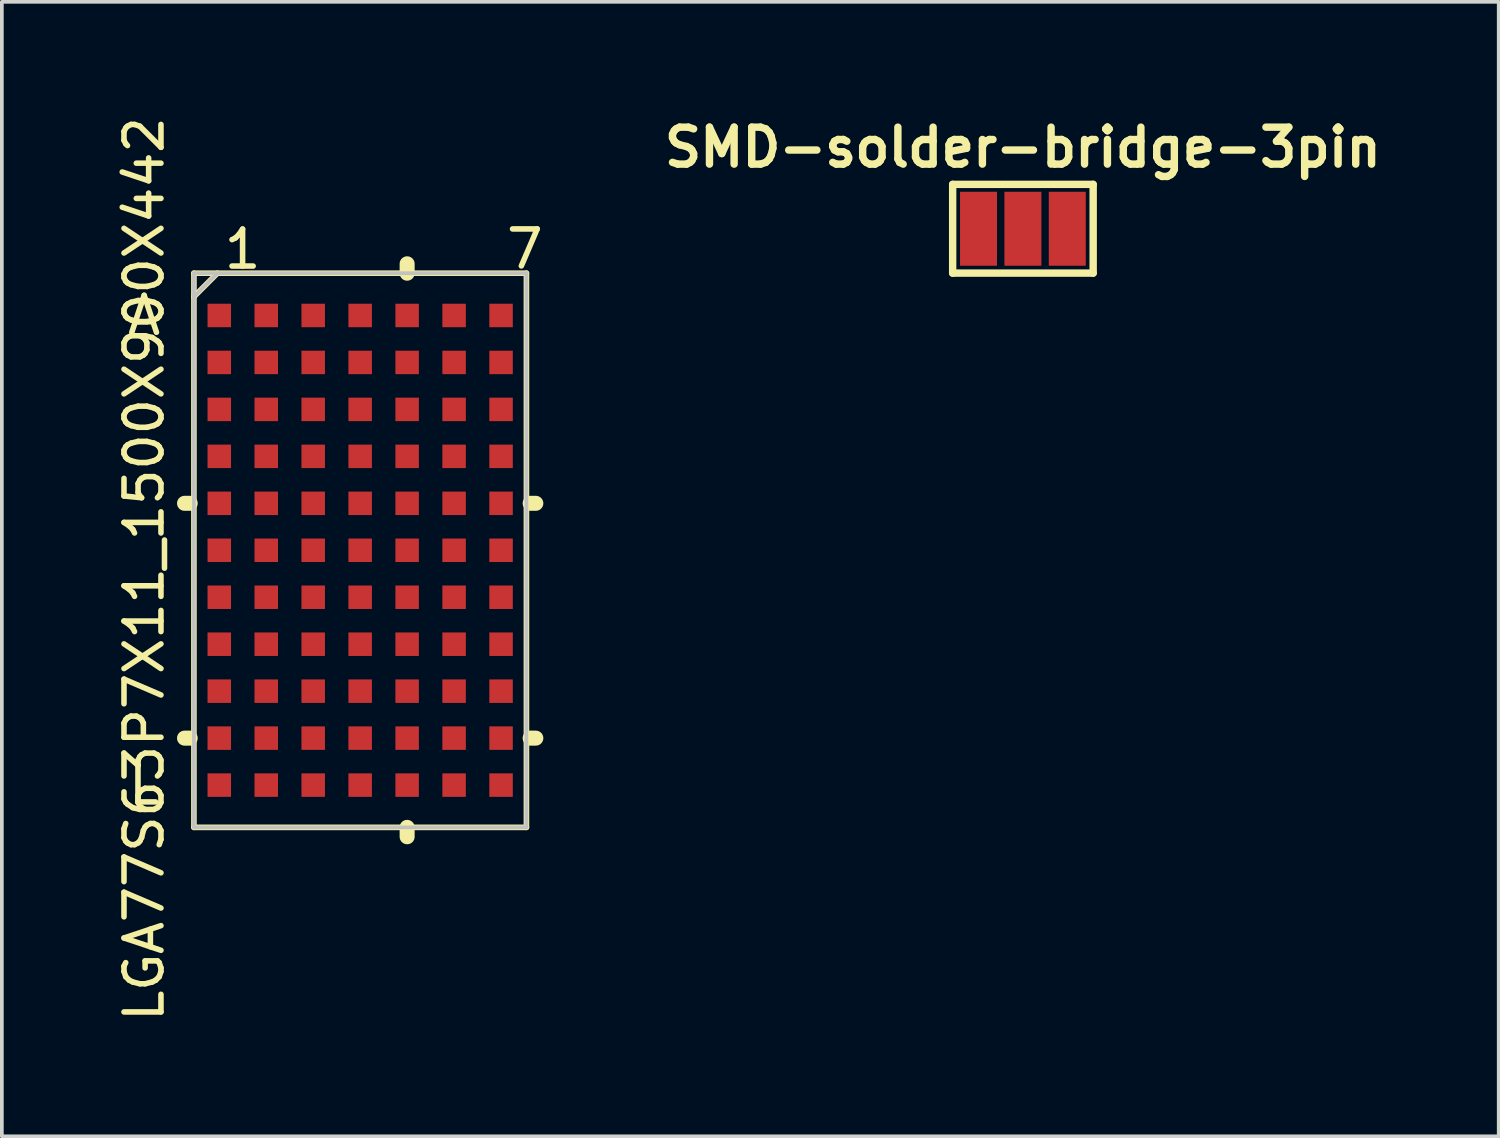
<source format=kicad_pcb>
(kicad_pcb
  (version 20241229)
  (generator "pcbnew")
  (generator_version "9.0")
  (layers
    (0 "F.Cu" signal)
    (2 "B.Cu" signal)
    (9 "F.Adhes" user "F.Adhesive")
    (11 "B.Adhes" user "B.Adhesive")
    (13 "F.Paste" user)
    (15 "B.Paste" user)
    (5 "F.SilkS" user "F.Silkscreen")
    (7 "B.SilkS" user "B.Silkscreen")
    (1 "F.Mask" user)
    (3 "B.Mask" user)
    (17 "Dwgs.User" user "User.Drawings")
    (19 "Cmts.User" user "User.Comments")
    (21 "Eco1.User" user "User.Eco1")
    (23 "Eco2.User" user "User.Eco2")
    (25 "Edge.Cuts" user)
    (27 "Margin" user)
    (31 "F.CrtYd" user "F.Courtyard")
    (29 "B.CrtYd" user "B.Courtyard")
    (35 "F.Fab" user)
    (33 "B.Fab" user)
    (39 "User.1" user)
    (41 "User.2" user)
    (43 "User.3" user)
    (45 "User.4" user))
  (footprint "SMD-solder-bridge-3pin"
    (layer "F.Cu")
    (at 24.612 3.136)
    (property "Reference" "SMD-solder-bridge-3pin" (at 0 -2.2 0) (layer "F.SilkS") (effects (font (size 1 1) (thickness 0.2))))
    (attr through_hole)
    (fp_line (start -1.9 -1.2) (end 1.9 -1.2) (stroke (width 0.2) (type solid)) (layer "F.SilkS"))
    (fp_line (start -1.9 1.2) (end -1.9 -1.2) (stroke (width 0.2) (type solid)) (layer "F.SilkS"))
    (fp_line (start 1.9 -1.2) (end 1.9 1.2) (stroke (width 0.2) (type solid)) (layer "F.SilkS"))
    (fp_line (start 1.9 1.2) (end -1.9 1.2) (stroke (width 0.2) (type solid)) (layer "F.SilkS"))
    (pad "1" smd rect (at -1.2 0) (size 1 2) (layers "F.Cu" "F.Mask"))
    (pad "2" smd rect (at 0 0) (size 1 2) (layers "F.Cu" "F.Mask"))
    (pad "3" smd rect (at 1.2 0) (size 1 2) (layers "F.Cu" "F.Mask")))
  (footprint "LGA77S63P7X11_1500X900X442"
    (layer "F.Cu")
    (at 6.69 11.831)
    (property "Reference" "LGA77S63P7X11_1500X900X442" (at -5.842 0.508 90) (layer "F.SilkS") (effects (font (size 1 1) (thickness 0.15))))
    (attr smd)
    (fp_line (start -4.597 -1.27) (end -4.75 -1.27) (stroke (width 0.406) (type solid)) (layer "F.SilkS"))
    (fp_line (start -4.597 5.08) (end -4.75 5.08) (stroke (width 0.406) (type solid)) (layer "F.SilkS"))
    (fp_line (start -4.496 -7.493) (end -4.496 7.493) (stroke (width 0.152) (type solid)) (layer "F.SilkS"))
    (fp_line (start -4.496 7.493) (end 4.496 7.493) (stroke (width 0.152) (type solid)) (layer "F.SilkS"))
    (fp_line (start -3.861 -7.493) (end -4.496 -6.858) (stroke (width 0.152) (type solid)) (layer "F.SilkS"))
    (fp_line (start 1.27 -7.493) (end 1.27 -7.747) (stroke (width 0.406) (type solid)) (layer "F.SilkS"))
    (fp_line (start 1.27 7.493) (end 1.27 7.747) (stroke (width 0.406) (type solid)) (layer "F.SilkS"))
    (fp_line (start 4.496 -7.493) (end -4.496 -7.493) (stroke (width 0.152) (type solid)) (layer "F.SilkS"))
    (fp_line (start 4.496 7.493) (end 4.496 -7.493) (stroke (width 0.152) (type solid)) (layer "F.SilkS"))
    (fp_line (start 4.597 -1.27) (end 4.75 -1.27) (stroke (width 0.406) (type solid)) (layer "F.SilkS"))
    (fp_line (start 4.597 5.08) (end 4.75 5.08) (stroke (width 0.406) (type solid)) (layer "F.SilkS"))
    (fp_line (start -4.496 -7.493) (end -4.496 7.493) (stroke (width 0.1) (type solid)) (layer "Dwgs.User"))
    (fp_line (start -4.496 7.493) (end 4.496 7.493) (stroke (width 0.1) (type solid)) (layer "Dwgs.User"))
    (fp_line (start -3.861 -7.493) (end -4.496 -6.858) (stroke (width 0.1) (type solid)) (layer "Dwgs.User"))
    (fp_line (start 4.496 -7.493) (end -4.496 -7.493) (stroke (width 0.1) (type solid)) (layer "Dwgs.User"))
    (fp_line (start 4.496 7.493) (end 4.496 -7.493) (stroke (width 0.1) (type solid)) (layer "Dwgs.User"))
    (fp_text user "7" (at 4.454 -8.145 0) (layer "F.SilkS") (effects (font (size 1 1) (thickness 0.15))))
    (fp_text user "L" (at -5.842 6.35 0) (layer "F.SilkS") (effects (font (size 1 1) (thickness 0.15))))
    (fp_text user "A" (at -5.842 -6.35 0) (layer "F.SilkS") (effects (font (size 1 1) (thickness 0.15))))
    (fp_text user "1" (at -3.18 -8.141 0) (layer "F.SilkS") (effects (font (size 1 1) (thickness 0.15))))
    (pad "A1" smd rect (at -3.81 -6.35) (size 0.635 0.635) (layers "F.Cu" "F.Mask" "F.Paste"))
    (pad "A2" smd rect (at -2.54 -6.35) (size 0.635 0.635) (layers "F.Cu" "F.Mask" "F.Paste"))
    (pad "A3" smd rect (at -1.27 -6.35) (size 0.635 0.635) (layers "F.Cu" "F.Mask" "F.Paste"))
    (pad "A4" smd rect (at 0 -6.35) (size 0.635 0.635) (layers "F.Cu" "F.Mask" "F.Paste"))
    (pad "A5" smd rect (at 1.27 -6.35) (size 0.635 0.635) (layers "F.Cu" "F.Mask" "F.Paste"))
    (pad "A6" smd rect (at 2.54 -6.35) (size 0.635 0.635) (layers "F.Cu" "F.Mask" "F.Paste"))
    (pad "A7" smd rect (at 3.81 -6.35) (size 0.635 0.635) (layers "F.Cu" "F.Mask" "F.Paste"))
    (pad "B1" smd rect (at -3.81 -5.08) (size 0.635 0.635) (layers "F.Cu" "F.Mask" "F.Paste"))
    (pad "B2" smd rect (at -2.54 -5.08) (size 0.635 0.635) (layers "F.Cu" "F.Mask" "F.Paste"))
    (pad "B3" smd rect (at -1.27 -5.08) (size 0.635 0.635) (layers "F.Cu" "F.Mask" "F.Paste"))
    (pad "B4" smd rect (at 0 -5.08) (size 0.635 0.635) (layers "F.Cu" "F.Mask" "F.Paste"))
    (pad "B5" smd rect (at 1.27 -5.08) (size 0.635 0.635) (layers "F.Cu" "F.Mask" "F.Paste"))
    (pad "B6" smd rect (at 2.54 -5.08) (size 0.635 0.635) (layers "F.Cu" "F.Mask" "F.Paste"))
    (pad "B7" smd rect (at 3.81 -5.08) (size 0.635 0.635) (layers "F.Cu" "F.Mask" "F.Paste"))
    (pad "C1" smd rect (at -3.81 -3.81) (size 0.635 0.635) (layers "F.Cu" "F.Mask" "F.Paste"))
    (pad "C2" smd rect (at -2.54 -3.81) (size 0.635 0.635) (layers "F.Cu" "F.Mask" "F.Paste"))
    (pad "C3" smd rect (at -1.27 -3.81) (size 0.635 0.635) (layers "F.Cu" "F.Mask" "F.Paste"))
    (pad "C4" smd rect (at 0 -3.81) (size 0.635 0.635) (layers "F.Cu" "F.Mask" "F.Paste"))
    (pad "C5" smd rect (at 1.27 -3.81) (size 0.635 0.635) (layers "F.Cu" "F.Mask" "F.Paste"))
    (pad "C6" smd rect (at 2.54 -3.81) (size 0.635 0.635) (layers "F.Cu" "F.Mask" "F.Paste"))
    (pad "C7" smd rect (at 3.81 -3.81) (size 0.635 0.635) (layers "F.Cu" "F.Mask" "F.Paste"))
    (pad "D1" smd rect (at -3.81 -2.54) (size 0.635 0.635) (layers "F.Cu" "F.Mask" "F.Paste"))
    (pad "D2" smd rect (at -2.54 -2.54) (size 0.635 0.635) (layers "F.Cu" "F.Mask" "F.Paste"))
    (pad "D3" smd rect (at -1.27 -2.54) (size 0.635 0.635) (layers "F.Cu" "F.Mask" "F.Paste"))
    (pad "D4" smd rect (at 0 -2.54) (size 0.635 0.635) (layers "F.Cu" "F.Mask" "F.Paste"))
    (pad "D5" smd rect (at 1.27 -2.54) (size 0.635 0.635) (layers "F.Cu" "F.Mask" "F.Paste"))
    (pad "D6" smd rect (at 2.54 -2.54) (size 0.635 0.635) (layers "F.Cu" "F.Mask" "F.Paste"))
    (pad "D7" smd rect (at 3.81 -2.54) (size 0.635 0.635) (layers "F.Cu" "F.Mask" "F.Paste"))
    (pad "E1" smd rect (at -3.81 -1.27) (size 0.635 0.635) (layers "F.Cu" "F.Mask" "F.Paste"))
    (pad "E2" smd rect (at -2.54 -1.27) (size 0.635 0.635) (layers "F.Cu" "F.Mask" "F.Paste"))
    (pad "E3" smd rect (at -1.27 -1.27) (size 0.635 0.635) (layers "F.Cu" "F.Mask" "F.Paste"))
    (pad "E4" smd rect (at 0 -1.27) (size 0.635 0.635) (layers "F.Cu" "F.Mask" "F.Paste"))
    (pad "E5" smd rect (at 1.27 -1.27) (size 0.635 0.635) (layers "F.Cu" "F.Mask" "F.Paste"))
    (pad "E6" smd rect (at 2.54 -1.27) (size 0.635 0.635) (layers "F.Cu" "F.Mask" "F.Paste"))
    (pad "E7" smd rect (at 3.81 -1.27) (size 0.635 0.635) (layers "F.Cu" "F.Mask" "F.Paste"))
    (pad "F1" smd rect (at -3.81 0) (size 0.635 0.635) (layers "F.Cu" "F.Mask" "F.Paste"))
    (pad "F2" smd rect (at -2.54 0) (size 0.635 0.635) (layers "F.Cu" "F.Mask" "F.Paste"))
    (pad "F3" smd rect (at -1.27 0) (size 0.635 0.635) (layers "F.Cu" "F.Mask" "F.Paste"))
    (pad "F4" smd rect (at 0 0) (size 0.635 0.635) (layers "F.Cu" "F.Mask" "F.Paste"))
    (pad "F5" smd rect (at 1.27 0) (size 0.635 0.635) (layers "F.Cu" "F.Mask" "F.Paste"))
    (pad "F6" smd rect (at 2.54 0) (size 0.635 0.635) (layers "F.Cu" "F.Mask" "F.Paste"))
    (pad "F7" smd rect (at 3.81 0) (size 0.635 0.635) (layers "F.Cu" "F.Mask" "F.Paste"))
    (pad "G1" smd rect (at -3.81 1.27) (size 0.635 0.635) (layers "F.Cu" "F.Mask" "F.Paste"))
    (pad "G2" smd rect (at -2.54 1.27) (size 0.635 0.635) (layers "F.Cu" "F.Mask" "F.Paste"))
    (pad "G3" smd rect (at -1.27 1.27) (size 0.635 0.635) (layers "F.Cu" "F.Mask" "F.Paste"))
    (pad "G4" smd rect (at 0 1.27) (size 0.635 0.635) (layers "F.Cu" "F.Mask" "F.Paste"))
    (pad "G5" smd rect (at 1.27 1.27) (size 0.635 0.635) (layers "F.Cu" "F.Mask" "F.Paste"))
    (pad "G6" smd rect (at 2.54 1.27) (size 0.635 0.635) (layers "F.Cu" "F.Mask" "F.Paste"))
    (pad "G7" smd rect (at 3.81 1.27) (size 0.635 0.635) (layers "F.Cu" "F.Mask" "F.Paste"))
    (pad "H1" smd rect (at -3.81 2.54) (size 0.635 0.635) (layers "F.Cu" "F.Mask" "F.Paste"))
    (pad "H2" smd rect (at -2.54 2.54) (size 0.635 0.635) (layers "F.Cu" "F.Mask" "F.Paste"))
    (pad "H3" smd rect (at -1.27 2.54) (size 0.635 0.635) (layers "F.Cu" "F.Mask" "F.Paste"))
    (pad "H4" smd rect (at 0 2.54) (size 0.635 0.635) (layers "F.Cu" "F.Mask" "F.Paste"))
    (pad "H5" smd rect (at 1.27 2.54) (size 0.635 0.635) (layers "F.Cu" "F.Mask" "F.Paste"))
    (pad "H6" smd rect (at 2.54 2.54) (size 0.635 0.635) (layers "F.Cu" "F.Mask" "F.Paste"))
    (pad "H7" smd rect (at 3.81 2.54) (size 0.635 0.635) (layers "F.Cu" "F.Mask" "F.Paste"))
    (pad "J1" smd rect (at -3.81 3.81) (size 0.635 0.635) (layers "F.Cu" "F.Mask" "F.Paste"))
    (pad "J2" smd rect (at -2.54 3.81) (size 0.635 0.635) (layers "F.Cu" "F.Mask" "F.Paste"))
    (pad "J3" smd rect (at -1.27 3.81) (size 0.635 0.635) (layers "F.Cu" "F.Mask" "F.Paste"))
    (pad "J4" smd rect (at 0 3.81) (size 0.635 0.635) (layers "F.Cu" "F.Mask" "F.Paste"))
    (pad "J5" smd rect (at 1.27 3.81) (size 0.635 0.635) (layers "F.Cu" "F.Mask" "F.Paste"))
    (pad "J6" smd rect (at 2.54 3.81) (size 0.635 0.635) (layers "F.Cu" "F.Mask" "F.Paste"))
    (pad "J7" smd rect (at 3.81 3.81) (size 0.635 0.635) (layers "F.Cu" "F.Mask" "F.Paste"))
    (pad "K1" smd rect (at -3.81 5.08) (size 0.635 0.635) (layers "F.Cu" "F.Mask" "F.Paste"))
    (pad "K2" smd rect (at -2.54 5.08) (size 0.635 0.635) (layers "F.Cu" "F.Mask" "F.Paste"))
    (pad "K3" smd rect (at -1.27 5.08) (size 0.635 0.635) (layers "F.Cu" "F.Mask" "F.Paste"))
    (pad "K4" smd rect (at 0 5.08) (size 0.635 0.635) (layers "F.Cu" "F.Mask" "F.Paste"))
    (pad "K5" smd rect (at 1.27 5.08) (size 0.635 0.635) (layers "F.Cu" "F.Mask" "F.Paste"))
    (pad "K6" smd rect (at 2.54 5.08) (size 0.635 0.635) (layers "F.Cu" "F.Mask" "F.Paste"))
    (pad "K7" smd rect (at 3.81 5.08) (size 0.635 0.635) (layers "F.Cu" "F.Mask" "F.Paste"))
    (pad "L1" smd rect (at -3.81 6.35) (size 0.635 0.635) (layers "F.Cu" "F.Mask" "F.Paste"))
    (pad "L2" smd rect (at -2.54 6.35) (size 0.635 0.635) (layers "F.Cu" "F.Mask" "F.Paste"))
    (pad "L3" smd rect (at -1.27 6.35) (size 0.635 0.635) (layers "F.Cu" "F.Mask" "F.Paste"))
    (pad "L4" smd rect (at 0 6.35) (size 0.635 0.635) (layers "F.Cu" "F.Mask" "F.Paste"))
    (pad "L5" smd rect (at 1.27 6.35) (size 0.635 0.635) (layers "F.Cu" "F.Mask" "F.Paste"))
    (pad "L6" smd rect (at 2.54 6.35) (size 0.635 0.635) (layers "F.Cu" "F.Mask" "F.Paste"))
    (pad "L7" smd rect (at 3.81 6.35) (size 0.635 0.635) (layers "F.Cu" "F.Mask" "F.Paste")))
  (gr_rect
    (start -3 -3)
    (end 37.479 27.679)
    (stroke (width 0.1) (type default))
    (fill no)
    (layer "Edge.Cuts")))
</source>
